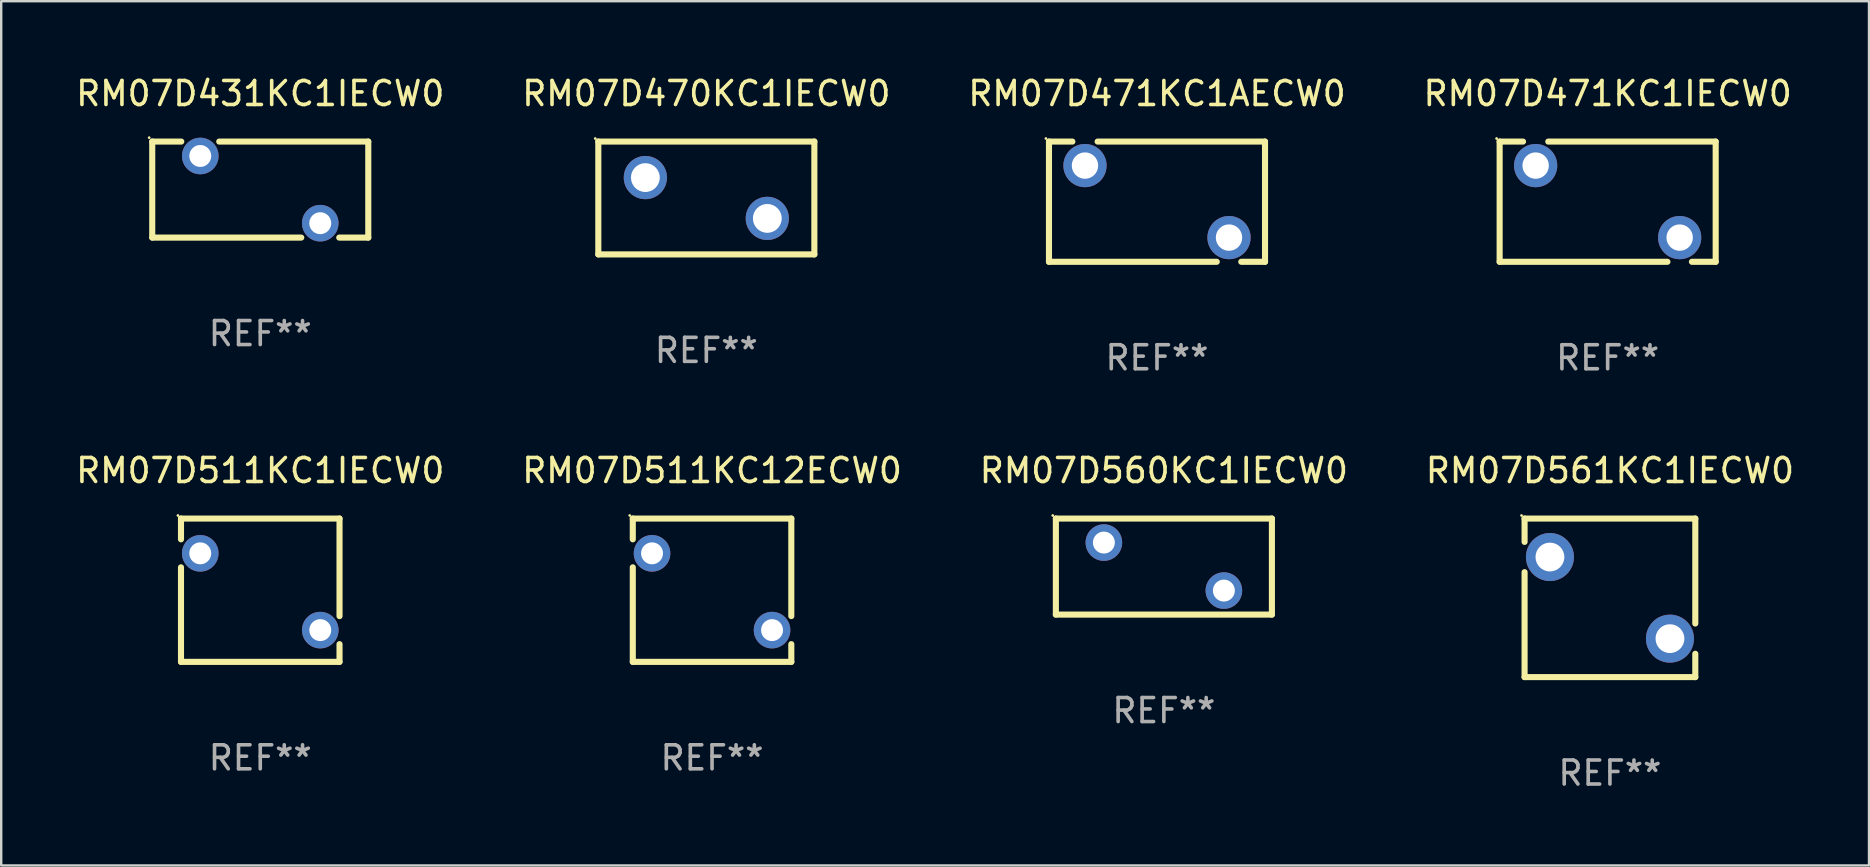
<source format=kicad_pcb>
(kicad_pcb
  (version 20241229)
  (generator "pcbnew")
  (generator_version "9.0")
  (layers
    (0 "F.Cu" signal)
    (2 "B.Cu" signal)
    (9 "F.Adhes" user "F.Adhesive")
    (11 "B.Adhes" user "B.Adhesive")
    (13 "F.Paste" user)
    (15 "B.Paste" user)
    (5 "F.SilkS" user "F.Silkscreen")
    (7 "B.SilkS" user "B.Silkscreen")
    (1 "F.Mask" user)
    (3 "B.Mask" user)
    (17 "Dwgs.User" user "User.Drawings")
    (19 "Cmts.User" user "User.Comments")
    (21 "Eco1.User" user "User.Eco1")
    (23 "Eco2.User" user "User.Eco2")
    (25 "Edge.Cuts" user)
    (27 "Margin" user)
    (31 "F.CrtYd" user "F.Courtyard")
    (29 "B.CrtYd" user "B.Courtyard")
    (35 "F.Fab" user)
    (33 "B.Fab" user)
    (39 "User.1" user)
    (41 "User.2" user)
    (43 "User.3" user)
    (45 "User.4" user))
  (footprint "RM07D431KC1IECW0"
    (layer "F.Cu")
    (at 7.792 4.848)
    (property "Reference" "RM07D431KC1IECW0" (at 0 -4 0) (layer "F.SilkS") (effects (font (size 1 1) (thickness 0.15))))
    (attr through_hole)
    (fp_line (start -4.5 -2) (end -3.29 -2) (stroke (width 0.254) (type solid)) (layer "F.SilkS"))
    (fp_line (start -4.5 1.998) (end -4.5 -2) (stroke (width 0.254) (type solid)) (layer "F.SilkS"))
    (fp_line (start -1.709 -2) (end 4.5 -2) (stroke (width 0.254) (type solid)) (layer "F.SilkS"))
    (fp_line (start 1.708 2) (end -4.5 2) (stroke (width 0.254) (type solid)) (layer "F.SilkS"))
    (fp_line (start 4.5 -2) (end 4.5 2) (stroke (width 0.254) (type solid)) (layer "F.SilkS"))
    (fp_line (start 4.5 2) (end 3.29 2) (stroke (width 0.254) (type solid)) (layer "F.SilkS"))
    (fp_circle (center -4.627 -2.162) (end -4.597 -2.162) (stroke (width 0.06) (type solid)) (fill no) (layer "F.SilkS"))
    (fp_text user "REF**" (at 0 6 0) (layer "F.Fab") (effects (font (size 1 1) (thickness 0.15))))
    (pad "1" thru_hole circle (at -2.499 -1.4) (size 1.524 1.524) (drill 0.914) (layers "*.Cu" "*.Mask"))
    (pad "2" thru_hole circle (at 2.499 1.4) (size 1.524 1.524) (drill 0.914) (layers "*.Cu" "*.Mask")))
  (footprint "RM07D471KC1AECW0"
    (layer "F.Cu")
    (at 45.149 5.352)
    (property "Reference" "RM07D471KC1AECW0" (at 0 -4.504 0) (layer "F.SilkS") (effects (font (size 1 1) (thickness 0.15))))
    (attr through_hole)
    (fp_line (start -4.5 -2.504) (end -4.5 2.504) (stroke (width 0.254) (type solid)) (layer "F.SilkS"))
    (fp_line (start -4.5 -2.504) (end -3.526 -2.504) (stroke (width 0.254) (type solid)) (layer "F.SilkS"))
    (fp_line (start -4.5 2.504) (end 2.49 2.504) (stroke (width 0.254) (type solid)) (layer "F.SilkS"))
    (fp_line (start -2.474 -2.504) (end 4.5 -2.504) (stroke (width 0.254) (type solid)) (layer "F.SilkS"))
    (fp_line (start 3.51 2.504) (end 4.5 2.504) (stroke (width 0.254) (type solid)) (layer "F.SilkS"))
    (fp_line (start 4.5 2.504) (end 4.5 -2.504) (stroke (width 0.254) (type solid)) (layer "F.SilkS"))
    (fp_circle (center -4.627 -2.631) (end -4.597 -2.631) (stroke (width 0.06) (type solid)) (fill no) (layer "F.SilkS"))
    (fp_text user "REF**" (at 0 6.504 0) (layer "F.Fab") (effects (font (size 1 1) (thickness 0.15))))
    (pad "1" thru_hole circle (at -3 -1.504) (size 1.8 1.8) (drill 1.1) (layers "*.Cu" "*.Mask"))
    (pad "2" thru_hole circle (at 3 1.496) (size 1.8 1.8) (drill 1.1) (layers "*.Cu" "*.Mask")))
  (footprint "RM07D561KC1IECW0"
    (layer "F.Cu")
    (at 64.018 21.855)
    (property "Reference" "RM07D561KC1IECW0" (at 0 -5.302 0) (layer "F.SilkS") (effects (font (size 1 1) (thickness 0.15))))
    (attr through_hole)
    (fp_line (start -3.556 -3.302) (end 3.556 -3.302) (stroke (width 0.254) (type solid)) (layer "F.SilkS"))
    (fp_line (start -3.556 -2.33) (end -3.556 -3.302) (stroke (width 0.254) (type solid)) (layer "F.SilkS"))
    (fp_line (start -3.556 3.302) (end -3.556 -1.07) (stroke (width 0.254) (type solid)) (layer "F.SilkS"))
    (fp_line (start 3.556 -3.302) (end 3.556 1.07) (stroke (width 0.254) (type solid)) (layer "F.SilkS"))
    (fp_line (start 3.556 2.33) (end 3.556 3.302) (stroke (width 0.254) (type solid)) (layer "F.SilkS"))
    (fp_line (start 3.556 3.302) (end -3.556 3.302) (stroke (width 0.254) (type solid)) (layer "F.SilkS"))
    (fp_circle (center -3.683 -3.429) (end -3.653 -3.429) (stroke (width 0.06) (type solid)) (fill no) (layer "F.SilkS"))
    (fp_text user "REF**" (at 0 7.302 0) (layer "F.Fab") (effects (font (size 1 1) (thickness 0.15))))
    (pad "1" thru_hole circle (at -2.5 -1.7) (size 2 2) (drill 1.2) (layers "*.Cu" "*.Mask"))
    (pad "2" thru_hole circle (at 2.5 1.7) (size 2 2) (drill 1.2) (layers "*.Cu" "*.Mask")))
  (footprint "RM07D471KC1IECW0"
    (layer "F.Cu")
    (at 63.923 5.352)
    (property "Reference" "RM07D471KC1IECW0" (at 0 -4.504 0) (layer "F.SilkS") (effects (font (size 1 1) (thickness 0.15))))
    (attr through_hole)
    (fp_line (start -4.5 -2.504) (end -4.5 2.504) (stroke (width 0.254) (type solid)) (layer "F.SilkS"))
    (fp_line (start -4.5 -2.504) (end -3.526 -2.504) (stroke (width 0.254) (type solid)) (layer "F.SilkS"))
    (fp_line (start -4.5 2.504) (end 2.49 2.504) (stroke (width 0.254) (type solid)) (layer "F.SilkS"))
    (fp_line (start -2.474 -2.504) (end 4.5 -2.504) (stroke (width 0.254) (type solid)) (layer "F.SilkS"))
    (fp_line (start 3.51 2.504) (end 4.5 2.504) (stroke (width 0.254) (type solid)) (layer "F.SilkS"))
    (fp_line (start 4.5 2.504) (end 4.5 -2.504) (stroke (width 0.254) (type solid)) (layer "F.SilkS"))
    (fp_circle (center -4.627 -2.631) (end -4.597 -2.631) (stroke (width 0.06) (type solid)) (fill no) (layer "F.SilkS"))
    (fp_text user "REF**" (at 0 6.504 0) (layer "F.Fab") (effects (font (size 1 1) (thickness 0.15))))
    (pad "1" thru_hole circle (at -3 -1.504) (size 1.8 1.8) (drill 1.1) (layers "*.Cu" "*.Mask"))
    (pad "2" thru_hole circle (at 3 1.496) (size 1.8 1.8) (drill 1.1) (layers "*.Cu" "*.Mask")))
  (footprint "RM07D511KC12ECW0"
    (layer "F.Cu")
    (at 26.613 21.537)
    (property "Reference" "RM07D511KC12ECW0" (at 0 -4.985 0) (layer "F.SilkS") (effects (font (size 1 1) (thickness 0.15))))
    (attr through_hole)
    (fp_line (start -3.302 -2.985) (end 3.302 -2.985) (stroke (width 0.254) (type solid)) (layer "F.SilkS"))
    (fp_line (start -3.302 -2.12) (end -3.302 -2.985) (stroke (width 0.254) (type solid)) (layer "F.SilkS"))
    (fp_line (start -3.302 2.985) (end -3.302 -0.953) (stroke (width 0.254) (type solid)) (layer "F.SilkS"))
    (fp_line (start 3.302 -2.985) (end 3.302 1.08) (stroke (width 0.254) (type solid)) (layer "F.SilkS"))
    (fp_line (start 3.302 2.247) (end 3.302 2.985) (stroke (width 0.254) (type solid)) (layer "F.SilkS"))
    (fp_line (start 3.302 2.985) (end -3.302 2.985) (stroke (width 0.254) (type solid)) (layer "F.SilkS"))
    (fp_circle (center -3.429 -3.112) (end -3.399 -3.112) (stroke (width 0.06) (type solid)) (fill no) (layer "F.SilkS"))
    (fp_text user "REF**" (at 0 6.985 0) (layer "F.Fab") (effects (font (size 1 1) (thickness 0.15))))
    (pad "1" thru_hole circle (at -2.5 -1.536) (size 1.524 1.524) (drill 0.914) (layers "*.Cu" "*.Mask"))
    (pad "2" thru_hole circle (at 2.5 1.663) (size 1.524 1.524) (drill 0.914) (layers "*.Cu" "*.Mask")))
  (footprint "RM07D511KC1IECW0"
    (layer "F.Cu")
    (at 7.792 21.537)
    (property "Reference" "RM07D511KC1IECW0" (at 0 -4.985 0) (layer "F.SilkS") (effects (font (size 1 1) (thickness 0.15))))
    (attr through_hole)
    (fp_line (start -3.302 -2.985) (end 3.302 -2.985) (stroke (width 0.254) (type solid)) (layer "F.SilkS"))
    (fp_line (start -3.302 -2.12) (end -3.302 -2.985) (stroke (width 0.254) (type solid)) (layer "F.SilkS"))
    (fp_line (start -3.302 2.985) (end -3.302 -0.953) (stroke (width 0.254) (type solid)) (layer "F.SilkS"))
    (fp_line (start 3.302 -2.985) (end 3.302 1.08) (stroke (width 0.254) (type solid)) (layer "F.SilkS"))
    (fp_line (start 3.302 2.247) (end 3.302 2.985) (stroke (width 0.254) (type solid)) (layer "F.SilkS"))
    (fp_line (start 3.302 2.985) (end -3.302 2.985) (stroke (width 0.254) (type solid)) (layer "F.SilkS"))
    (fp_circle (center -3.429 -3.112) (end -3.399 -3.112) (stroke (width 0.06) (type solid)) (fill no) (layer "F.SilkS"))
    (fp_text user "REF**" (at 0 6.985 0) (layer "F.Fab") (effects (font (size 1 1) (thickness 0.15))))
    (pad "1" thru_hole circle (at -2.5 -1.536) (size 1.524 1.524) (drill 0.914) (layers "*.Cu" "*.Mask"))
    (pad "2" thru_hole circle (at 2.5 1.663) (size 1.524 1.524) (drill 0.914) (layers "*.Cu" "*.Mask")))
  (footprint "RM07D470KC1IECW0"
    (layer "F.Cu")
    (at 26.375 5.198)
    (property "Reference" "RM07D470KC1IECW0" (at 0 -4.35 0) (layer "F.SilkS") (effects (font (size 1 1) (thickness 0.15))))
    (attr through_hole)
    (fp_line (start -4.5 -2.35) (end 4.5 -2.35) (stroke (width 0.254) (type solid)) (layer "F.SilkS"))
    (fp_line (start -4.5 2.35) (end -4.5 -2.35) (stroke (width 0.254) (type solid)) (layer "F.SilkS"))
    (fp_line (start 4.5 -2.35) (end 4.5 2.35) (stroke (width 0.254) (type solid)) (layer "F.SilkS"))
    (fp_line (start 4.5 2.35) (end -4.5 2.35) (stroke (width 0.254) (type solid)) (layer "F.SilkS"))
    (fp_circle (center -4.627 -2.477) (end -4.597 -2.477) (stroke (width 0.06) (type solid)) (fill no) (layer "F.SilkS"))
    (fp_text user "REF**" (at 0 6.35 0) (layer "F.Fab") (effects (font (size 1 1) (thickness 0.15))))
    (pad "1" thru_hole circle (at -2.54 -0.85) (size 1.8 1.8) (drill 1.2) (layers "*.Cu" "*.Mask"))
    (pad "2" thru_hole circle (at 2.54 0.85) (size 1.8 1.8) (drill 1.2) (layers "*.Cu" "*.Mask")))
  (footprint "RM07D560KC1IECW0"
    (layer "F.Cu")
    (at 45.435 20.553)
    (property "Reference" "RM07D560KC1IECW0" (at 0 -4 0) (layer "F.SilkS") (effects (font (size 1 1) (thickness 0.15))))
    (attr through_hole)
    (fp_line (start -4.499 -2) (end 4.501 -2) (stroke (width 0.254) (type solid)) (layer "F.SilkS"))
    (fp_line (start -4.499 1.998) (end -4.499 -2) (stroke (width 0.254) (type solid)) (layer "F.SilkS"))
    (fp_line (start 4.501 -2) (end 4.501 2) (stroke (width 0.254) (type solid)) (layer "F.SilkS"))
    (fp_line (start 4.501 2) (end -4.501 2) (stroke (width 0.254) (type solid)) (layer "F.SilkS"))
    (fp_circle (center -4.628 -2.127) (end -4.598 -2.127) (stroke (width 0.06) (type solid)) (fill no) (layer "F.SilkS"))
    (fp_text user "REF**" (at 0 6 0) (layer "F.Fab") (effects (font (size 1 1) (thickness 0.15))))
    (pad "1" thru_hole circle (at -2.499 -1) (size 1.524 1.524) (drill 0.914) (layers "*.Cu" "*.Mask"))
    (pad "2" thru_hole circle (at 2.5 1) (size 1.524 1.524) (drill 0.914) (layers "*.Cu" "*.Mask")))
  (gr_rect
    (start -3 -3)
    (end 74.81 33.005)
    (stroke (width 0.1) (type default))
    (fill no)
    (layer "Edge.Cuts")))
</source>
